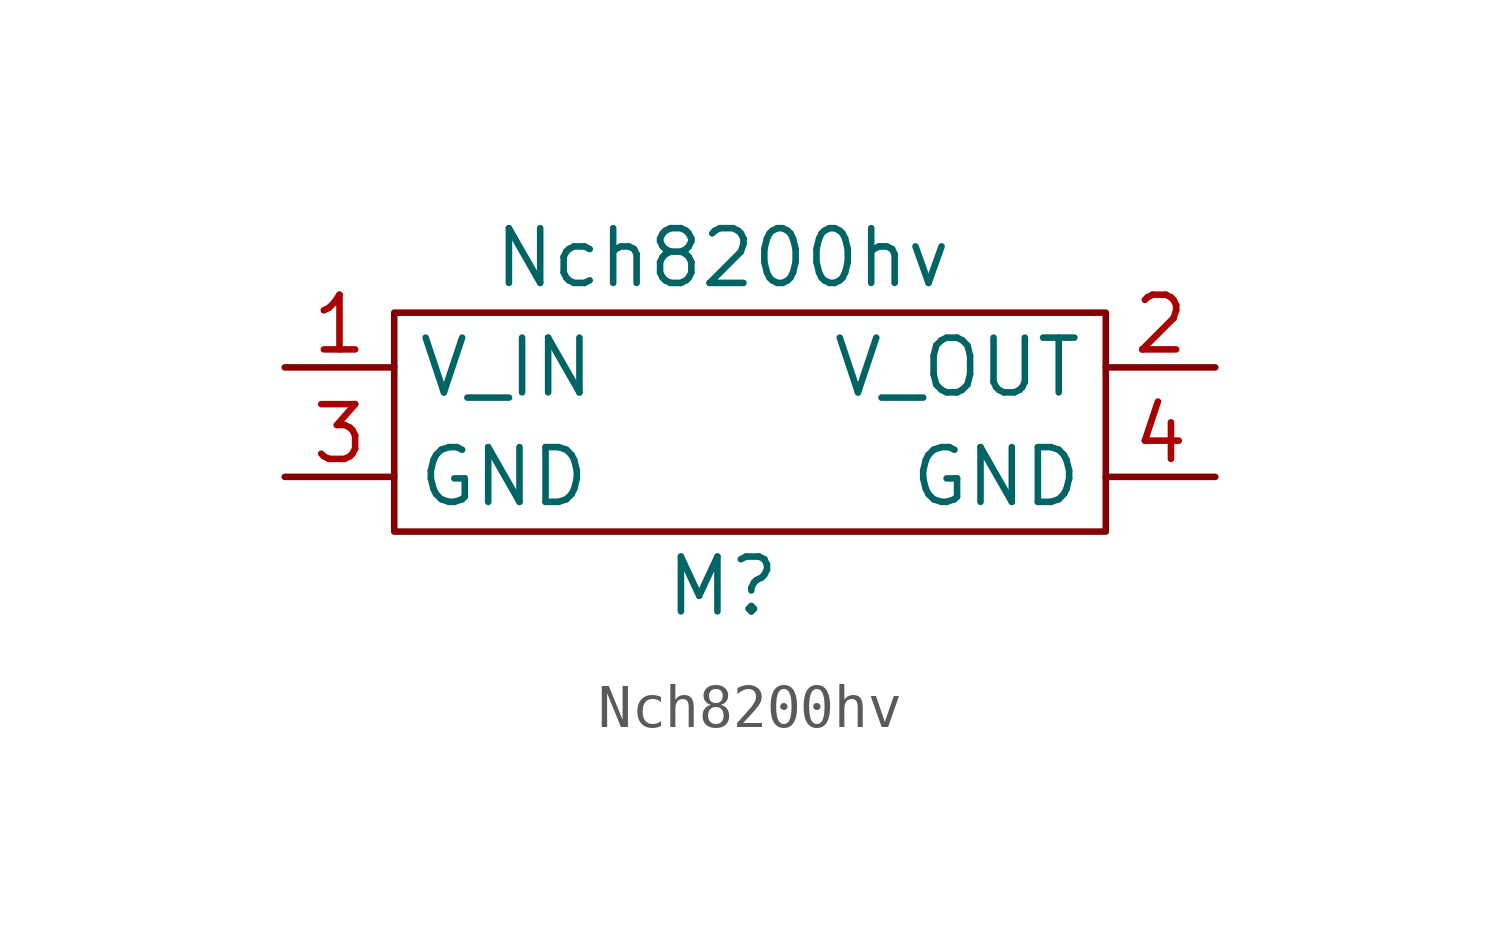
<source format=kicad_sym>
(kicad_symbol_lib
  (version 20211014)
  (generator kicad_symbol_editor)
  (symbol "Nch8200hv"
    (property "Reference" "M"
      (at 0 -5.08 0)
      (effects (font (size 1.27 1.27))))
    (property "Value" "Nch8200hv"
      (at 0 2.54 0)
      (effects (font (size 1.27 1.27))))
    (symbol "Nch8200hv_0_1"
      (rectangle (start -7.62 1.27) (end 8.89 -3.81) (stroke (width 0) (type default) (color 0 0 0 0)) (fill (type none))))
    (symbol "Nch8200hv_1_1"
      (pin input line (at -10.16 0 0) (length 2.54) (name "V_IN" (effects (font (size 1.27 1.27)))) (number "1" (effects (font (size 1.27 1.27)))))
      (pin output line (at 11.43 0 180) (length 2.54) (name "V_OUT" (effects (font (size 1.27 1.27)))) (number "2" (effects (font (size 1.27 1.27)))))
      (pin input line (at -10.16 -2.54 0) (length 2.54) (name "GND" (effects (font (size 1.27 1.27)))) (number "3" (effects (font (size 1.27 1.27)))))
      (pin output line (at 11.43 -2.54 180) (length 2.54) (name "GND" (effects (font (size 1.27 1.27)))) (number "4" (effects (font (size 1.27 1.27))))))))
</source>
